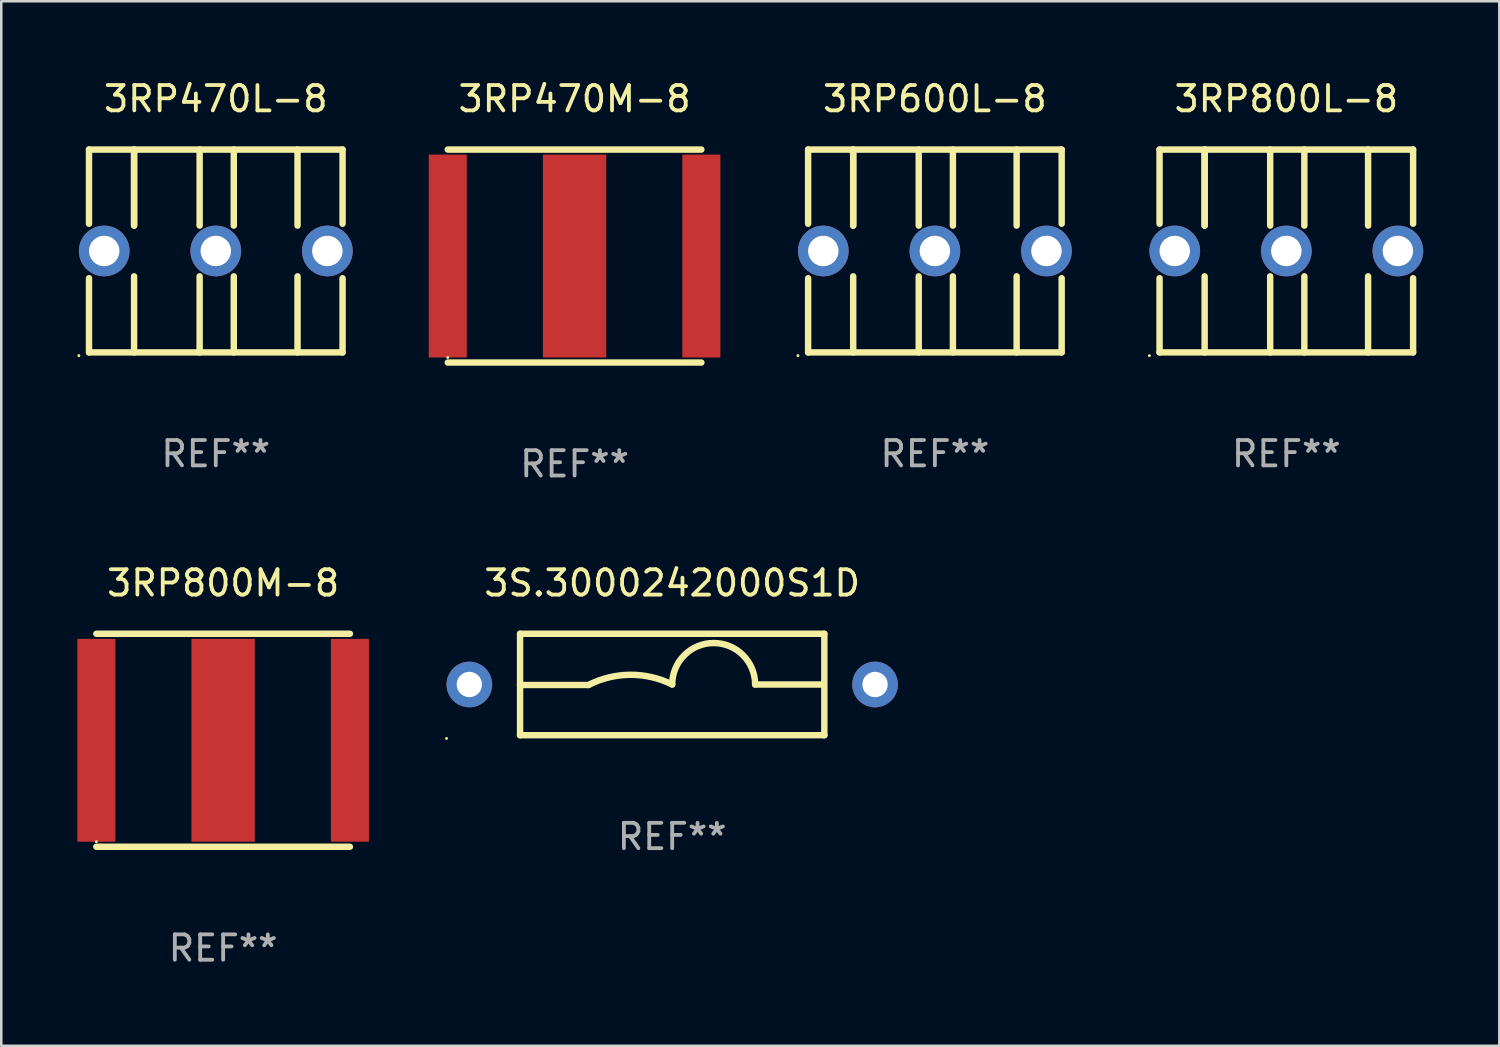
<source format=kicad_pcb>
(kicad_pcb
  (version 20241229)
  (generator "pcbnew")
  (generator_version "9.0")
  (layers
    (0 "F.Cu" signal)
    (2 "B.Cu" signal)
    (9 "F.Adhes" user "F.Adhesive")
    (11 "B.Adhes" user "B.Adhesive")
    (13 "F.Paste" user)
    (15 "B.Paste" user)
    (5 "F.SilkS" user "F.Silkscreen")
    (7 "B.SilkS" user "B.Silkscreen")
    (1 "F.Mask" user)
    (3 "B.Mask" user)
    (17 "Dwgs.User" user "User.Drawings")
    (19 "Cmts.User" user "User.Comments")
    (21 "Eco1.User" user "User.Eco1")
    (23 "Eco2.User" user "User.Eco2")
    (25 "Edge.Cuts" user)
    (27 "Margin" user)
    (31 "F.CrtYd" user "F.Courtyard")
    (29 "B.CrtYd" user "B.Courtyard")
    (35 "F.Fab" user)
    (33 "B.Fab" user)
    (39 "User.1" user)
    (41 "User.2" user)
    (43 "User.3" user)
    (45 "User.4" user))
  (footprint "3S.3000242000S1D"
    (layer "F.Cu")
    (at 23.46 23.945)
    (property "Reference" "3S.3000242000S1D" (at 0 -4 0) (layer "F.SilkS") (effects (font (size 1 1) (thickness 0.15))))
    (attr through_hole)
    (fp_line (start -6 -2) (end 6 -2) (stroke (width 0.254) (type solid)) (layer "F.SilkS"))
    (fp_line (start -6 0.02) (end -3.302 0.02) (stroke (width 0.254) (type solid)) (layer "F.SilkS"))
    (fp_line (start -6 2) (end -6 -2) (stroke (width 0.254) (type solid)) (layer "F.SilkS"))
    (fp_line (start 5.969 0) (end 3.271 0) (stroke (width 0.254) (type solid)) (layer "F.SilkS"))
    (fp_line (start 6 -2) (end 6 2) (stroke (width 0.254) (type solid)) (layer "F.SilkS"))
    (fp_line (start 6 2) (end -6 2) (stroke (width 0.254) (type solid)) (layer "F.SilkS"))
    (fp_arc (start -3.302007 0.020218) (mid -1.653409 -0.382715) (end 0 0) (stroke (width 0.254001) (type solid)) (layer "F.SilkS"))
    (fp_arc (start 0.000001 0) (mid 1.635497 -1.634823) (end 3.270993 0) (stroke (width 0.254001) (type solid)) (layer "F.SilkS"))
    (fp_circle (center -8.9 2.127) (end -8.87 2.127) (stroke (width 0.06) (type solid)) (fill no) (layer "F.SilkS"))
    (fp_text user "REF**" (at 0 6 0) (layer "F.Fab") (effects (font (size 1 1) (thickness 0.15))))
    (pad "1" thru_hole circle (at -8 0) (size 1.8 1.8) (drill 1) (layers "*.Cu" "*.Mask"))
    (pad "2" thru_hole circle (at 8 0) (size 1.8 1.8) (drill 1) (layers "*.Cu" "*.Mask")))
  (footprint "3RP470L-8"
    (layer "F.Cu")
    (at 5.46 6.848)
    (property "Reference" "3RP470L-8" (at 0 -6 0) (layer "F.SilkS") (effects (font (size 1 1) (thickness 0.15))))
    (attr through_hole)
    (fp_line (start -5 -4) (end -5 -1.075) (stroke (width 0.254) (type solid)) (layer "F.SilkS"))
    (fp_line (start -5 -4) (end 5 -4) (stroke (width 0.254) (type solid)) (layer "F.SilkS"))
    (fp_line (start -5 1.075) (end -5 4) (stroke (width 0.254) (type solid)) (layer "F.SilkS"))
    (fp_line (start -5 4) (end 5 4) (stroke (width 0.254) (type solid)) (layer "F.SilkS"))
    (fp_line (start -3.222 -1) (end -3.222 -4) (stroke (width 0.254) (type solid)) (layer "F.SilkS"))
    (fp_line (start -3.222 -1) (end -3.222 -4) (stroke (width 0.254) (type solid)) (layer "F.SilkS"))
    (fp_line (start -3.222 1) (end -3.222 4) (stroke (width 0.254) (type solid)) (layer "F.SilkS"))
    (fp_line (start -0.637 -1) (end -0.637 -4) (stroke (width 0.254) (type solid)) (layer "F.SilkS"))
    (fp_line (start -0.637 1) (end -0.637 4) (stroke (width 0.254) (type solid)) (layer "F.SilkS"))
    (fp_line (start 0.71 -1) (end 0.71 -4) (stroke (width 0.254) (type solid)) (layer "F.SilkS"))
    (fp_line (start 0.71 1) (end 0.71 4) (stroke (width 0.254) (type solid)) (layer "F.SilkS"))
    (fp_line (start 3.224 -1) (end 3.224 -4) (stroke (width 0.254) (type solid)) (layer "F.SilkS"))
    (fp_line (start 3.224 1) (end 3.224 4) (stroke (width 0.254) (type solid)) (layer "F.SilkS"))
    (fp_line (start 5 -4) (end 5 -1.075) (stroke (width 0.254) (type solid)) (layer "F.SilkS"))
    (fp_line (start 5 1.075) (end 5 4) (stroke (width 0.254) (type solid)) (layer "F.SilkS"))
    (fp_circle (center -5.4 4.127) (end -5.37 4.127) (stroke (width 0.06) (type solid)) (fill no) (layer "F.SilkS"))
    (fp_text user "REF**" (at 0 8 0) (layer "F.Fab") (effects (font (size 1 1) (thickness 0.15))))
    (pad "1" thru_hole circle (at -4.4 0) (size 2 2) (drill 1.2) (layers "*.Cu" "*.Mask"))
    (pad "2" thru_hole circle (at 4.4 0) (size 2 2) (drill 1.2) (layers "*.Cu" "*.Mask"))
    (pad "3" thru_hole circle (at 0 0) (size 2 2) (drill 1.2) (layers "*.Cu" "*.Mask")))
  (footprint "3RP600L-8"
    (layer "F.Cu")
    (at 33.82 6.848)
    (property "Reference" "3RP600L-8" (at 0 -6 0) (layer "F.SilkS") (effects (font (size 1 1) (thickness 0.15))))
    (attr through_hole)
    (fp_line (start -5 -4) (end -5 -1.075) (stroke (width 0.254) (type solid)) (layer "F.SilkS"))
    (fp_line (start -5 -4) (end 5 -4) (stroke (width 0.254) (type solid)) (layer "F.SilkS"))
    (fp_line (start -5 1.075) (end -5 4) (stroke (width 0.254) (type solid)) (layer "F.SilkS"))
    (fp_line (start -5 4) (end 5 4) (stroke (width 0.254) (type solid)) (layer "F.SilkS"))
    (fp_line (start -3.222 -1) (end -3.222 -4) (stroke (width 0.254) (type solid)) (layer "F.SilkS"))
    (fp_line (start -3.222 -1) (end -3.222 -4) (stroke (width 0.254) (type solid)) (layer "F.SilkS"))
    (fp_line (start -3.222 1) (end -3.222 4) (stroke (width 0.254) (type solid)) (layer "F.SilkS"))
    (fp_line (start -0.637 -1) (end -0.637 -4) (stroke (width 0.254) (type solid)) (layer "F.SilkS"))
    (fp_line (start -0.637 1) (end -0.637 4) (stroke (width 0.254) (type solid)) (layer "F.SilkS"))
    (fp_line (start 0.71 -1) (end 0.71 -4) (stroke (width 0.254) (type solid)) (layer "F.SilkS"))
    (fp_line (start 0.71 1) (end 0.71 4) (stroke (width 0.254) (type solid)) (layer "F.SilkS"))
    (fp_line (start 3.224 -1) (end 3.224 -4) (stroke (width 0.254) (type solid)) (layer "F.SilkS"))
    (fp_line (start 3.224 1) (end 3.224 4) (stroke (width 0.254) (type solid)) (layer "F.SilkS"))
    (fp_line (start 5 -4) (end 5 -1.075) (stroke (width 0.254) (type solid)) (layer "F.SilkS"))
    (fp_line (start 5 1.075) (end 5 4) (stroke (width 0.254) (type solid)) (layer "F.SilkS"))
    (fp_circle (center -5.4 4.127) (end -5.37 4.127) (stroke (width 0.06) (type solid)) (fill no) (layer "F.SilkS"))
    (fp_text user "REF**" (at 0 8 0) (layer "F.Fab") (effects (font (size 1 1) (thickness 0.15))))
    (pad "1" thru_hole circle (at -4.4 0) (size 2 2) (drill 1.2) (layers "*.Cu" "*.Mask"))
    (pad "2" thru_hole circle (at 4.4 0) (size 2 2) (drill 1.2) (layers "*.Cu" "*.Mask"))
    (pad "3" thru_hole circle (at 0 0) (size 2 2) (drill 1.2) (layers "*.Cu" "*.Mask")))
  (footprint "3RP800L-8"
    (layer "F.Cu")
    (at 47.68 6.848)
    (property "Reference" "3RP800L-8" (at 0 -6 0) (layer "F.SilkS") (effects (font (size 1 1) (thickness 0.15))))
    (attr through_hole)
    (fp_line (start -5 -4) (end -5 -1.075) (stroke (width 0.254) (type solid)) (layer "F.SilkS"))
    (fp_line (start -5 -4) (end 5 -4) (stroke (width 0.254) (type solid)) (layer "F.SilkS"))
    (fp_line (start -5 1.075) (end -5 4) (stroke (width 0.254) (type solid)) (layer "F.SilkS"))
    (fp_line (start -5 4) (end 5 4) (stroke (width 0.254) (type solid)) (layer "F.SilkS"))
    (fp_line (start -3.222 -1) (end -3.222 -4) (stroke (width 0.254) (type solid)) (layer "F.SilkS"))
    (fp_line (start -3.222 -1) (end -3.222 -4) (stroke (width 0.254) (type solid)) (layer "F.SilkS"))
    (fp_line (start -3.222 1) (end -3.222 4) (stroke (width 0.254) (type solid)) (layer "F.SilkS"))
    (fp_line (start -0.637 -1) (end -0.637 -4) (stroke (width 0.254) (type solid)) (layer "F.SilkS"))
    (fp_line (start -0.637 1) (end -0.637 4) (stroke (width 0.254) (type solid)) (layer "F.SilkS"))
    (fp_line (start 0.71 -1) (end 0.71 -4) (stroke (width 0.254) (type solid)) (layer "F.SilkS"))
    (fp_line (start 0.71 1) (end 0.71 4) (stroke (width 0.254) (type solid)) (layer "F.SilkS"))
    (fp_line (start 3.224 -1) (end 3.224 -4) (stroke (width 0.254) (type solid)) (layer "F.SilkS"))
    (fp_line (start 3.224 1) (end 3.224 4) (stroke (width 0.254) (type solid)) (layer "F.SilkS"))
    (fp_line (start 5 -4) (end 5 -1.075) (stroke (width 0.254) (type solid)) (layer "F.SilkS"))
    (fp_line (start 5 1.075) (end 5 4) (stroke (width 0.254) (type solid)) (layer "F.SilkS"))
    (fp_circle (center -5.4 4.127) (end -5.37 4.127) (stroke (width 0.06) (type solid)) (fill no) (layer "F.SilkS"))
    (fp_text user "REF**" (at 0 8 0) (layer "F.Fab") (effects (font (size 1 1) (thickness 0.15))))
    (pad "1" thru_hole circle (at -4.4 0) (size 2 2) (drill 1.2) (layers "*.Cu" "*.Mask"))
    (pad "2" thru_hole circle (at 4.4 0) (size 2 2) (drill 1.2) (layers "*.Cu" "*.Mask"))
    (pad "3" thru_hole circle (at 0 0) (size 2 2) (drill 1.2) (layers "*.Cu" "*.Mask")))
  (footprint "3RP470M-8"
    (layer "F.Cu")
    (at 19.61 7.048)
    (property "Reference" "3RP470M-8" (at 0 -6.2 0) (layer "F.SilkS") (effects (font (size 1 1) (thickness 0.15))))
    (attr through_hole)
    (fp_line (start -5 -4.2) (end 5 -4.2) (stroke (width 0.254) (type solid)) (layer "F.SilkS"))
    (fp_line (start -5 4.2) (end 5 4.2) (stroke (width 0.254) (type solid)) (layer "F.SilkS"))
    (fp_circle (center -5 4) (end -4.97 4) (stroke (width 0.06) (type solid)) (fill no) (layer "F.SilkS"))
    (fp_text user "REF**" (at 0 8.2 0) (layer "F.Fab") (effects (font (size 1 1) (thickness 0.15))))
    (pad "1" smd rect (at -5 0) (size 1.5 8) (layers "F.Cu" "F.Mask" "F.Paste"))
    (pad "2" smd rect (at 5 0) (size 1.5 8) (layers "F.Cu" "F.Mask" "F.Paste"))
    (pad "3" smd rect (at 0 0) (size 2.5 8) (layers "F.Cu" "F.Mask" "F.Paste")))
  (footprint "3RP800M-8"
    (layer "F.Cu")
    (at 5.75 26.145)
    (property "Reference" "3RP800M-8" (at 0 -6.2 0) (layer "F.SilkS") (effects (font (size 1 1) (thickness 0.15))))
    (attr through_hole)
    (fp_line (start -5 -4.2) (end 5 -4.2) (stroke (width 0.254) (type solid)) (layer "F.SilkS"))
    (fp_line (start -5 4.2) (end 5 4.2) (stroke (width 0.254) (type solid)) (layer "F.SilkS"))
    (fp_circle (center -5 4) (end -4.97 4) (stroke (width 0.06) (type solid)) (fill no) (layer "F.SilkS"))
    (fp_text user "REF**" (at 0 8.2 0) (layer "F.Fab") (effects (font (size 1 1) (thickness 0.15))))
    (pad "1" smd rect (at -5 0) (size 1.5 8) (layers "F.Cu" "F.Mask" "F.Paste"))
    (pad "2" smd rect (at 5 0) (size 1.5 8) (layers "F.Cu" "F.Mask" "F.Paste"))
    (pad "3" smd rect (at 0 0) (size 2.5 8) (layers "F.Cu" "F.Mask" "F.Paste")))
  (gr_rect
    (start -3 -3)
    (end 56.08 38.193)
    (stroke (width 0.1) (type default))
    (fill no)
    (layer "Edge.Cuts")))
</source>
